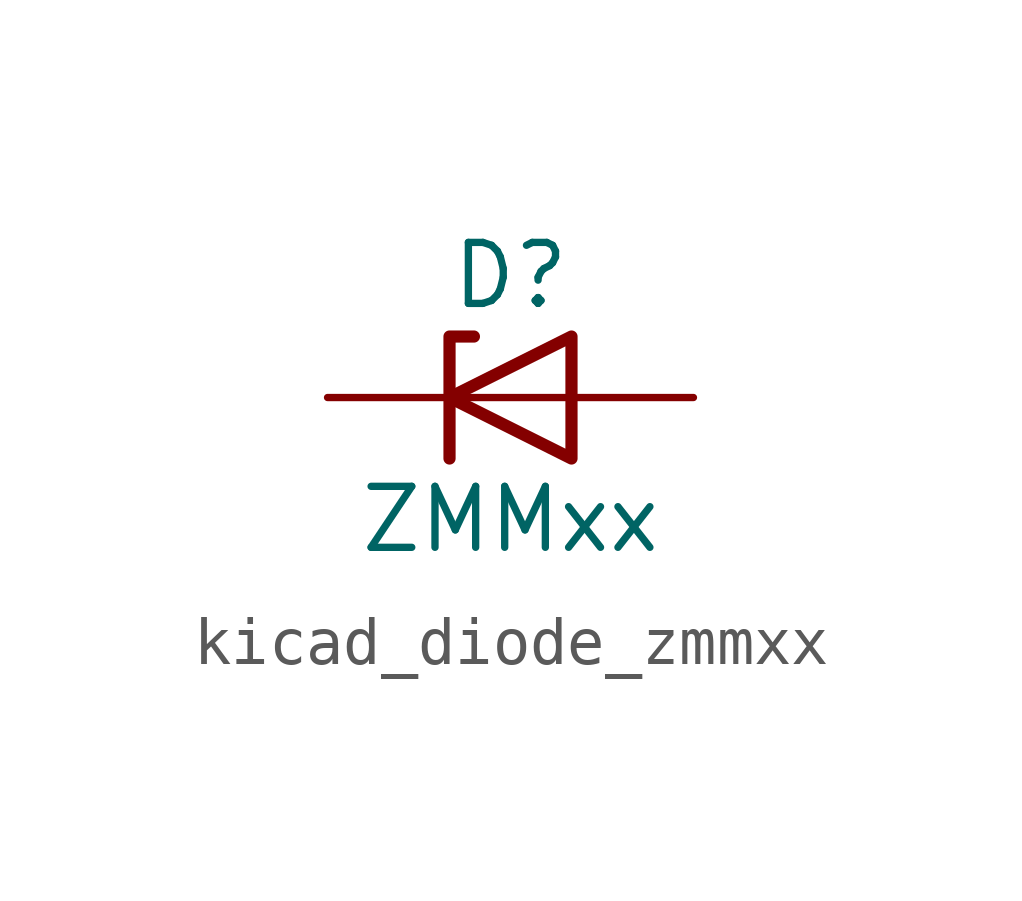
<source format=kicad_sym>
(kicad_symbol_lib
  (version 20220914)
  (generator kicad_symbol_editor)
  (symbol "kicad_diode_zmmxx"
    (pin_numbers hide)
    (pin_names hide)
    (property "Reference" "D"
      (at 0 2.54 0)
      (effects (font (size 1.27 1.27))))
    (property "Value" "ZMMxx"
      (at 0 -2.54 0)
      (effects (font (size 1.27 1.27))))
    (symbol "kicad_diode_zmmxx_0_1"
      (polyline (pts (xy 1.27 0) (xy -1.27 0)) (stroke (width 0) (type default)) (fill (type none)))
      (polyline (pts (xy -1.27 -1.27) (xy -1.27 1.27) (xy -0.762 1.27)) (stroke (width 0.254) (type default)) (fill (type none)))
      (polyline (pts (xy 1.27 -1.27) (xy 1.27 1.27) (xy -1.27 0) (xy 1.27 -1.27)) (stroke (width 0.254) (type default)) (fill (type none))))
    (symbol "kicad_diode_zmmxx_1_1"
      (pin passive line (at -3.81 0 0) (length 2.54) (name "K" (effects (font (size 1.27 1.27)))) (number "1" (effects (font (size 1.27 1.27)))))
      (pin passive line (at 3.81 0 180) (length 2.54) (name "A" (effects (font (size 1.27 1.27)))) (number "2" (effects (font (size 1.27 1.27))))))))
</source>
